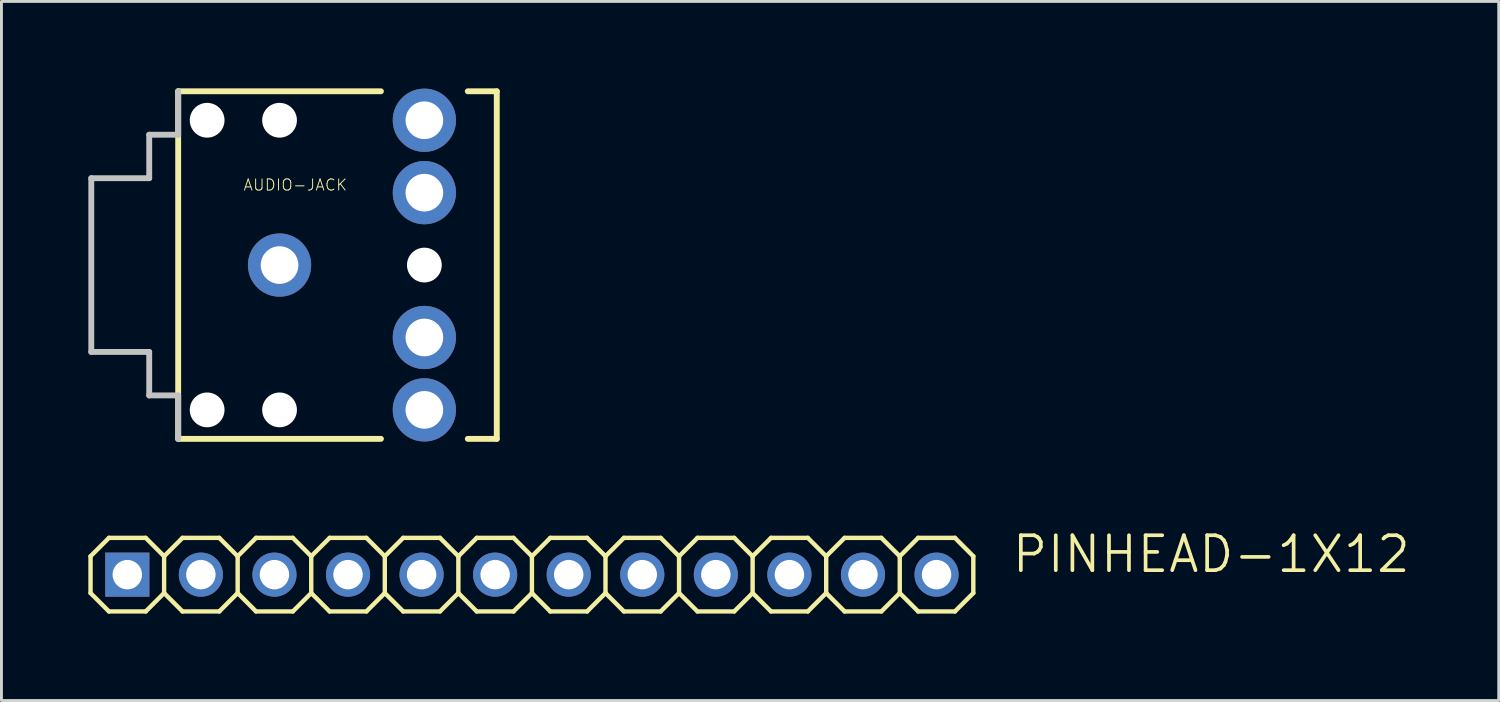
<source format=kicad_pcb>
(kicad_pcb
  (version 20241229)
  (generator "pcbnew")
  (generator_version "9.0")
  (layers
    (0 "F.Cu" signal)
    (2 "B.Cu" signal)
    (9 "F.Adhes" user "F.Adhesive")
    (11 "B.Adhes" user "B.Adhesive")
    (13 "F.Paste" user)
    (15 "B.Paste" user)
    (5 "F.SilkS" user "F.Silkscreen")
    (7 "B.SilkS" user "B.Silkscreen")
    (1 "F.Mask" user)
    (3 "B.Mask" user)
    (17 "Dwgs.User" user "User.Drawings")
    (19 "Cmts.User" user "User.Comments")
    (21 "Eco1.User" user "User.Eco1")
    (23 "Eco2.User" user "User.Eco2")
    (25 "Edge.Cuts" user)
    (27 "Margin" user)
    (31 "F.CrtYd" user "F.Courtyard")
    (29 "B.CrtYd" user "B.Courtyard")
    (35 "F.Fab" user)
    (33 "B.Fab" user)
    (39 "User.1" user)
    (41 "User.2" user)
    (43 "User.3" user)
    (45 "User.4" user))
  (footprint "AUDIO-JACK"
    (layer "F.Cu")
    (at 6.602 6.102)
    (property "Reference" "AUDIO-JACK" (at -1.27 -2.54 0) (layer "F.SilkS") (effects (font (size 0.386 0.386) (thickness 0.033)) (justify left bottom)))
    (attr through_hole)
    (fp_line (start -3.5 -6) (end -3.5 6) (stroke (width 0.203) (type solid)) (layer "F.SilkS"))
    (fp_line (start -3.5 -6) (end 3.5 -6) (stroke (width 0.203) (type solid)) (layer "F.SilkS"))
    (fp_line (start -3.5 6) (end 3.5 6) (stroke (width 0.203) (type solid)) (layer "F.SilkS"))
    (fp_line (start 7.5 -6) (end 6.5 -6) (stroke (width 0.203) (type solid)) (layer "F.SilkS"))
    (fp_line (start 7.5 -6) (end 7.5 6) (stroke (width 0.203) (type solid)) (layer "F.SilkS"))
    (fp_line (start 7.5 6) (end 6.5 6) (stroke (width 0.203) (type solid)) (layer "F.SilkS"))
    (fp_line (start -6.5 -3) (end -6.5 3) (stroke (width 0.203) (type solid)) (layer "Dwgs.User"))
    (fp_line (start -6.5 -3) (end -4.5 -3) (stroke (width 0.203) (type solid)) (layer "Dwgs.User"))
    (fp_line (start -6.5 3) (end -4.5 3) (stroke (width 0.203) (type solid)) (layer "Dwgs.User"))
    (fp_line (start -4.5 -4.5) (end -4.5 -3) (stroke (width 0.203) (type solid)) (layer "Dwgs.User"))
    (fp_line (start -4.5 -4.5) (end -3.5 -4.5) (stroke (width 0.203) (type solid)) (layer "Dwgs.User"))
    (fp_line (start -4.5 3) (end -4.5 4.5) (stroke (width 0.203) (type solid)) (layer "Dwgs.User"))
    (fp_line (start -4.5 4.5) (end -3.5 4.5) (stroke (width 0.203) (type solid)) (layer "Dwgs.User"))
    (fp_line (start -3.5 -6) (end -3.5 -4.5) (stroke (width 0.203) (type solid)) (layer "Dwgs.User"))
    (fp_line (start -3.5 4.5) (end -3.5 6) (stroke (width 0.203) (type solid)) (layer "Dwgs.User"))
    (pad "" np_thru_hole circle (at -2.5 -5) (size 1.2 1.2) (drill 1.2) (layers "*.Cu"))
    (pad "" np_thru_hole circle (at -2.5 5) (size 1.2 1.2) (drill 1.2) (layers "*.Cu"))
    (pad "" np_thru_hole circle (at 0 -5) (size 1.2 1.2) (drill 1.2) (layers "*.Cu"))
    (pad "" np_thru_hole circle (at 0 5) (size 1.2 1.2) (drill 1.2) (layers "*.Cu"))
    (pad "" np_thru_hole circle (at 5 0) (size 1.2 1.2) (drill 1.2) (layers "*.Cu"))
    (pad "1" thru_hole circle (at 5 5) (size 2.184 2.184) (drill 1.3) (layers "*.Cu" "*.Mask"))
    (pad "2" thru_hole circle (at 5 -5) (size 2.184 2.184) (drill 1.3) (layers "*.Cu" "*.Mask"))
    (pad "3" thru_hole circle (at 0 0) (size 2.184 2.184) (drill 1.3) (layers "*.Cu" "*.Mask"))
    (pad "RSH" thru_hole circle (at 5 -2.5) (size 2.184 2.184) (drill 1.3) (layers "*.Cu" "*.Mask"))
    (pad "TSH" thru_hole circle (at 5 2.5) (size 2.184 2.184) (drill 1.3) (layers "*.Cu" "*.Mask")))
  (footprint "PINHEAD-1X12"
    (layer "F.Cu")
    (at 15.316 16.791)
    (property "Reference" "PINHEAD-1X12" (at 16.51 0 0) (layer "F.SilkS") (effects (font (size 1.206 1.206) (thickness 0.127)) (justify left bottom)))
    (attr through_hole)
    (fp_line (start -15.24 -0.635) (end -15.24 0.635) (stroke (width 0.152) (type solid)) (layer "F.SilkS"))
    (fp_line (start -15.24 0.635) (end -14.605 1.27) (stroke (width 0.152) (type solid)) (layer "F.SilkS"))
    (fp_line (start -14.605 -1.27) (end -15.24 -0.635) (stroke (width 0.152) (type solid)) (layer "F.SilkS"))
    (fp_line (start -14.605 -1.27) (end -13.335 -1.27) (stroke (width 0.152) (type solid)) (layer "F.SilkS"))
    (fp_line (start -13.335 -1.27) (end -12.7 -0.635) (stroke (width 0.152) (type solid)) (layer "F.SilkS"))
    (fp_line (start -13.335 1.27) (end -14.605 1.27) (stroke (width 0.152) (type solid)) (layer "F.SilkS"))
    (fp_line (start -12.7 -0.635) (end -12.7 0.635) (stroke (width 0.152) (type solid)) (layer "F.SilkS"))
    (fp_line (start -12.7 -0.635) (end -12.065 -1.27) (stroke (width 0.152) (type solid)) (layer "F.SilkS"))
    (fp_line (start -12.7 0.635) (end -13.335 1.27) (stroke (width 0.152) (type solid)) (layer "F.SilkS"))
    (fp_line (start -12.065 -1.27) (end -10.795 -1.27) (stroke (width 0.152) (type solid)) (layer "F.SilkS"))
    (fp_line (start -12.065 1.27) (end -12.7 0.635) (stroke (width 0.152) (type solid)) (layer "F.SilkS"))
    (fp_line (start -10.795 -1.27) (end -10.16 -0.635) (stroke (width 0.152) (type solid)) (layer "F.SilkS"))
    (fp_line (start -10.795 1.27) (end -12.065 1.27) (stroke (width 0.152) (type solid)) (layer "F.SilkS"))
    (fp_line (start -10.16 -0.635) (end -10.16 0.635) (stroke (width 0.152) (type solid)) (layer "F.SilkS"))
    (fp_line (start -10.16 -0.635) (end -9.525 -1.27) (stroke (width 0.152) (type solid)) (layer "F.SilkS"))
    (fp_line (start -10.16 0.635) (end -10.795 1.27) (stroke (width 0.152) (type solid)) (layer "F.SilkS"))
    (fp_line (start -9.525 -1.27) (end -8.255 -1.27) (stroke (width 0.152) (type solid)) (layer "F.SilkS"))
    (fp_line (start -9.525 1.27) (end -10.16 0.635) (stroke (width 0.152) (type solid)) (layer "F.SilkS"))
    (fp_line (start -8.255 -1.27) (end -7.62 -0.635) (stroke (width 0.152) (type solid)) (layer "F.SilkS"))
    (fp_line (start -8.255 1.27) (end -9.525 1.27) (stroke (width 0.152) (type solid)) (layer "F.SilkS"))
    (fp_line (start -7.62 -0.635) (end -7.62 0.635) (stroke (width 0.152) (type solid)) (layer "F.SilkS"))
    (fp_line (start -7.62 0.635) (end -8.255 1.27) (stroke (width 0.152) (type solid)) (layer "F.SilkS"))
    (fp_line (start -7.62 0.635) (end -6.985 1.27) (stroke (width 0.152) (type solid)) (layer "F.SilkS"))
    (fp_line (start -6.985 -1.27) (end -7.62 -0.635) (stroke (width 0.152) (type solid)) (layer "F.SilkS"))
    (fp_line (start -6.985 -1.27) (end -5.715 -1.27) (stroke (width 0.152) (type solid)) (layer "F.SilkS"))
    (fp_line (start -5.715 -1.27) (end -5.08 -0.635) (stroke (width 0.152) (type solid)) (layer "F.SilkS"))
    (fp_line (start -5.715 1.27) (end -6.985 1.27) (stroke (width 0.152) (type solid)) (layer "F.SilkS"))
    (fp_line (start -5.08 -0.635) (end -5.08 0.635) (stroke (width 0.152) (type solid)) (layer "F.SilkS"))
    (fp_line (start -5.08 -0.635) (end -4.445 -1.27) (stroke (width 0.152) (type solid)) (layer "F.SilkS"))
    (fp_line (start -5.08 0.635) (end -5.715 1.27) (stroke (width 0.152) (type solid)) (layer "F.SilkS"))
    (fp_line (start -4.445 -1.27) (end -3.175 -1.27) (stroke (width 0.152) (type solid)) (layer "F.SilkS"))
    (fp_line (start -4.445 1.27) (end -5.08 0.635) (stroke (width 0.152) (type solid)) (layer "F.SilkS"))
    (fp_line (start -3.175 -1.27) (end -2.54 -0.635) (stroke (width 0.152) (type solid)) (layer "F.SilkS"))
    (fp_line (start -3.175 1.27) (end -4.445 1.27) (stroke (width 0.152) (type solid)) (layer "F.SilkS"))
    (fp_line (start -2.54 -0.635) (end -2.54 0.635) (stroke (width 0.152) (type solid)) (layer "F.SilkS"))
    (fp_line (start -2.54 -0.635) (end -1.905 -1.27) (stroke (width 0.152) (type solid)) (layer "F.SilkS"))
    (fp_line (start -2.54 0.635) (end -3.175 1.27) (stroke (width 0.152) (type solid)) (layer "F.SilkS"))
    (fp_line (start -1.905 -1.27) (end -0.635 -1.27) (stroke (width 0.152) (type solid)) (layer "F.SilkS"))
    (fp_line (start -1.905 1.27) (end -2.54 0.635) (stroke (width 0.152) (type solid)) (layer "F.SilkS"))
    (fp_line (start -0.635 -1.27) (end 0 -0.635) (stroke (width 0.152) (type solid)) (layer "F.SilkS"))
    (fp_line (start -0.635 1.27) (end -1.905 1.27) (stroke (width 0.152) (type solid)) (layer "F.SilkS"))
    (fp_line (start 0 -0.635) (end 0 0.635) (stroke (width 0.152) (type solid)) (layer "F.SilkS"))
    (fp_line (start 0 0.635) (end -0.635 1.27) (stroke (width 0.152) (type solid)) (layer "F.SilkS"))
    (fp_line (start 0 0.635) (end 0.635 1.27) (stroke (width 0.152) (type solid)) (layer "F.SilkS"))
    (fp_line (start 0.635 -1.27) (end 0 -0.635) (stroke (width 0.152) (type solid)) (layer "F.SilkS"))
    (fp_line (start 0.635 -1.27) (end 1.905 -1.27) (stroke (width 0.152) (type solid)) (layer "F.SilkS"))
    (fp_line (start 1.905 -1.27) (end 2.54 -0.635) (stroke (width 0.152) (type solid)) (layer "F.SilkS"))
    (fp_line (start 1.905 1.27) (end 0.635 1.27) (stroke (width 0.152) (type solid)) (layer "F.SilkS"))
    (fp_line (start 2.54 -0.635) (end 2.54 0.635) (stroke (width 0.152) (type solid)) (layer "F.SilkS"))
    (fp_line (start 2.54 -0.635) (end 3.175 -1.27) (stroke (width 0.152) (type solid)) (layer "F.SilkS"))
    (fp_line (start 2.54 0.635) (end 1.905 1.27) (stroke (width 0.152) (type solid)) (layer "F.SilkS"))
    (fp_line (start 3.175 -1.27) (end 4.445 -1.27) (stroke (width 0.152) (type solid)) (layer "F.SilkS"))
    (fp_line (start 3.175 1.27) (end 2.54 0.635) (stroke (width 0.152) (type solid)) (layer "F.SilkS"))
    (fp_line (start 4.445 -1.27) (end 5.08 -0.635) (stroke (width 0.152) (type solid)) (layer "F.SilkS"))
    (fp_line (start 4.445 1.27) (end 3.175 1.27) (stroke (width 0.152) (type solid)) (layer "F.SilkS"))
    (fp_line (start 5.08 -0.635) (end 5.08 0.635) (stroke (width 0.152) (type solid)) (layer "F.SilkS"))
    (fp_line (start 5.08 -0.635) (end 5.715 -1.27) (stroke (width 0.152) (type solid)) (layer "F.SilkS"))
    (fp_line (start 5.08 0.635) (end 4.445 1.27) (stroke (width 0.152) (type solid)) (layer "F.SilkS"))
    (fp_line (start 5.715 -1.27) (end 6.985 -1.27) (stroke (width 0.152) (type solid)) (layer "F.SilkS"))
    (fp_line (start 5.715 1.27) (end 5.08 0.635) (stroke (width 0.152) (type solid)) (layer "F.SilkS"))
    (fp_line (start 6.985 -1.27) (end 7.62 -0.635) (stroke (width 0.152) (type solid)) (layer "F.SilkS"))
    (fp_line (start 6.985 1.27) (end 5.715 1.27) (stroke (width 0.152) (type solid)) (layer "F.SilkS"))
    (fp_line (start 7.62 -0.635) (end 7.62 0.635) (stroke (width 0.152) (type solid)) (layer "F.SilkS"))
    (fp_line (start 7.62 0.635) (end 6.985 1.27) (stroke (width 0.152) (type solid)) (layer "F.SilkS"))
    (fp_line (start 7.62 0.635) (end 8.255 1.27) (stroke (width 0.152) (type solid)) (layer "F.SilkS"))
    (fp_line (start 8.255 -1.27) (end 7.62 -0.635) (stroke (width 0.152) (type solid)) (layer "F.SilkS"))
    (fp_line (start 8.255 -1.27) (end 9.525 -1.27) (stroke (width 0.152) (type solid)) (layer "F.SilkS"))
    (fp_line (start 9.525 -1.27) (end 10.16 -0.635) (stroke (width 0.152) (type solid)) (layer "F.SilkS"))
    (fp_line (start 9.525 1.27) (end 8.255 1.27) (stroke (width 0.152) (type solid)) (layer "F.SilkS"))
    (fp_line (start 10.16 -0.635) (end 10.16 0.635) (stroke (width 0.152) (type solid)) (layer "F.SilkS"))
    (fp_line (start 10.16 -0.635) (end 10.795 -1.27) (stroke (width 0.152) (type solid)) (layer "F.SilkS"))
    (fp_line (start 10.16 0.635) (end 9.525 1.27) (stroke (width 0.152) (type solid)) (layer "F.SilkS"))
    (fp_line (start 10.795 -1.27) (end 12.065 -1.27) (stroke (width 0.152) (type solid)) (layer "F.SilkS"))
    (fp_line (start 10.795 1.27) (end 10.16 0.635) (stroke (width 0.152) (type solid)) (layer "F.SilkS"))
    (fp_line (start 12.065 -1.27) (end 12.7 -0.635) (stroke (width 0.152) (type solid)) (layer "F.SilkS"))
    (fp_line (start 12.065 1.27) (end 10.795 1.27) (stroke (width 0.152) (type solid)) (layer "F.SilkS"))
    (fp_line (start 12.7 -0.635) (end 12.7 0.635) (stroke (width 0.152) (type solid)) (layer "F.SilkS"))
    (fp_line (start 12.7 -0.635) (end 13.335 -1.27) (stroke (width 0.152) (type solid)) (layer "F.SilkS"))
    (fp_line (start 12.7 0.635) (end 12.065 1.27) (stroke (width 0.152) (type solid)) (layer "F.SilkS"))
    (fp_line (start 13.335 -1.27) (end 14.605 -1.27) (stroke (width 0.152) (type solid)) (layer "F.SilkS"))
    (fp_line (start 13.335 1.27) (end 12.7 0.635) (stroke (width 0.152) (type solid)) (layer "F.SilkS"))
    (fp_line (start 14.605 -1.27) (end 15.24 -0.635) (stroke (width 0.152) (type solid)) (layer "F.SilkS"))
    (fp_line (start 14.605 1.27) (end 13.335 1.27) (stroke (width 0.152) (type solid)) (layer "F.SilkS"))
    (fp_line (start 15.24 -0.635) (end 15.24 0.635) (stroke (width 0.152) (type solid)) (layer "F.SilkS"))
    (fp_line (start 15.24 0.635) (end 14.605 1.27) (stroke (width 0.152) (type solid)) (layer "F.SilkS"))
    (fp_poly (pts (xy -14.224 0.254) (xy -13.716 0.254) (xy -13.716 -0.254) (xy -14.224 -0.254)) (stroke (width 0.1) (type solid)) (fill no) (layer "Dwgs.User"))
    (fp_poly (pts (xy -11.684 0.254) (xy -11.176 0.254) (xy -11.176 -0.254) (xy -11.684 -0.254)) (stroke (width 0.1) (type solid)) (fill no) (layer "Dwgs.User"))
    (fp_poly (pts (xy -9.144 0.254) (xy -8.636 0.254) (xy -8.636 -0.254) (xy -9.144 -0.254)) (stroke (width 0.1) (type solid)) (fill no) (layer "Dwgs.User"))
    (fp_poly (pts (xy -6.604 0.254) (xy -6.096 0.254) (xy -6.096 -0.254) (xy -6.604 -0.254)) (stroke (width 0.1) (type solid)) (fill no) (layer "Dwgs.User"))
    (fp_poly (pts (xy -4.064 0.254) (xy -3.556 0.254) (xy -3.556 -0.254) (xy -4.064 -0.254)) (stroke (width 0.1) (type solid)) (fill no) (layer "Dwgs.User"))
    (fp_poly (pts (xy -1.524 0.254) (xy -1.016 0.254) (xy -1.016 -0.254) (xy -1.524 -0.254)) (stroke (width 0.1) (type solid)) (fill no) (layer "Dwgs.User"))
    (fp_poly (pts (xy 1.016 0.254) (xy 1.524 0.254) (xy 1.524 -0.254) (xy 1.016 -0.254)) (stroke (width 0.1) (type solid)) (fill no) (layer "Dwgs.User"))
    (fp_poly (pts (xy 3.556 0.254) (xy 4.064 0.254) (xy 4.064 -0.254) (xy 3.556 -0.254)) (stroke (width 0.1) (type solid)) (fill no) (layer "Dwgs.User"))
    (fp_poly (pts (xy 6.096 0.254) (xy 6.604 0.254) (xy 6.604 -0.254) (xy 6.096 -0.254)) (stroke (width 0.1) (type solid)) (fill no) (layer "Dwgs.User"))
    (fp_poly (pts (xy 8.636 0.254) (xy 9.144 0.254) (xy 9.144 -0.254) (xy 8.636 -0.254)) (stroke (width 0.1) (type solid)) (fill no) (layer "Dwgs.User"))
    (fp_poly (pts (xy 11.176 0.254) (xy 11.684 0.254) (xy 11.684 -0.254) (xy 11.176 -0.254)) (stroke (width 0.1) (type solid)) (fill no) (layer "Dwgs.User"))
    (fp_poly (pts (xy 13.716 0.254) (xy 14.224 0.254) (xy 14.224 -0.254) (xy 13.716 -0.254)) (stroke (width 0.1) (type solid)) (fill no) (layer "Dwgs.User"))
    (pad "1" thru_hole rect (at -13.97 0 90) (size 1.524 1.524) (drill 1.016) (layers "*.Cu" "*.Mask"))
    (pad "2" thru_hole circle (at -11.43 0 90) (size 1.524 1.524) (drill 1.016) (layers "*.Cu" "*.Mask"))
    (pad "3" thru_hole circle (at -8.89 0 90) (size 1.524 1.524) (drill 1.016) (layers "*.Cu" "*.Mask"))
    (pad "4" thru_hole circle (at -6.35 0 90) (size 1.524 1.524) (drill 1.016) (layers "*.Cu" "*.Mask"))
    (pad "5" thru_hole circle (at -3.81 0 90) (size 1.524 1.524) (drill 1.016) (layers "*.Cu" "*.Mask"))
    (pad "6" thru_hole circle (at -1.27 0 90) (size 1.524 1.524) (drill 1.016) (layers "*.Cu" "*.Mask"))
    (pad "7" thru_hole circle (at 1.27 0 90) (size 1.524 1.524) (drill 1.016) (layers "*.Cu" "*.Mask"))
    (pad "8" thru_hole circle (at 3.81 0 90) (size 1.524 1.524) (drill 1.016) (layers "*.Cu" "*.Mask"))
    (pad "9" thru_hole circle (at 6.35 0 90) (size 1.524 1.524) (drill 1.016) (layers "*.Cu" "*.Mask"))
    (pad "10" thru_hole circle (at 8.89 0 90) (size 1.524 1.524) (drill 1.016) (layers "*.Cu" "*.Mask"))
    (pad "11" thru_hole circle (at 11.43 0 90) (size 1.524 1.524) (drill 1.016) (layers "*.Cu" "*.Mask"))
    (pad "12" thru_hole circle (at 13.97 0 90) (size 1.524 1.524) (drill 1.016) (layers "*.Cu" "*.Mask")))
  (gr_rect
    (start -3 -3)
    (end 48.697 21.137)
    (stroke (width 0.1) (type default))
    (fill no)
    (layer "Edge.Cuts")))
</source>
